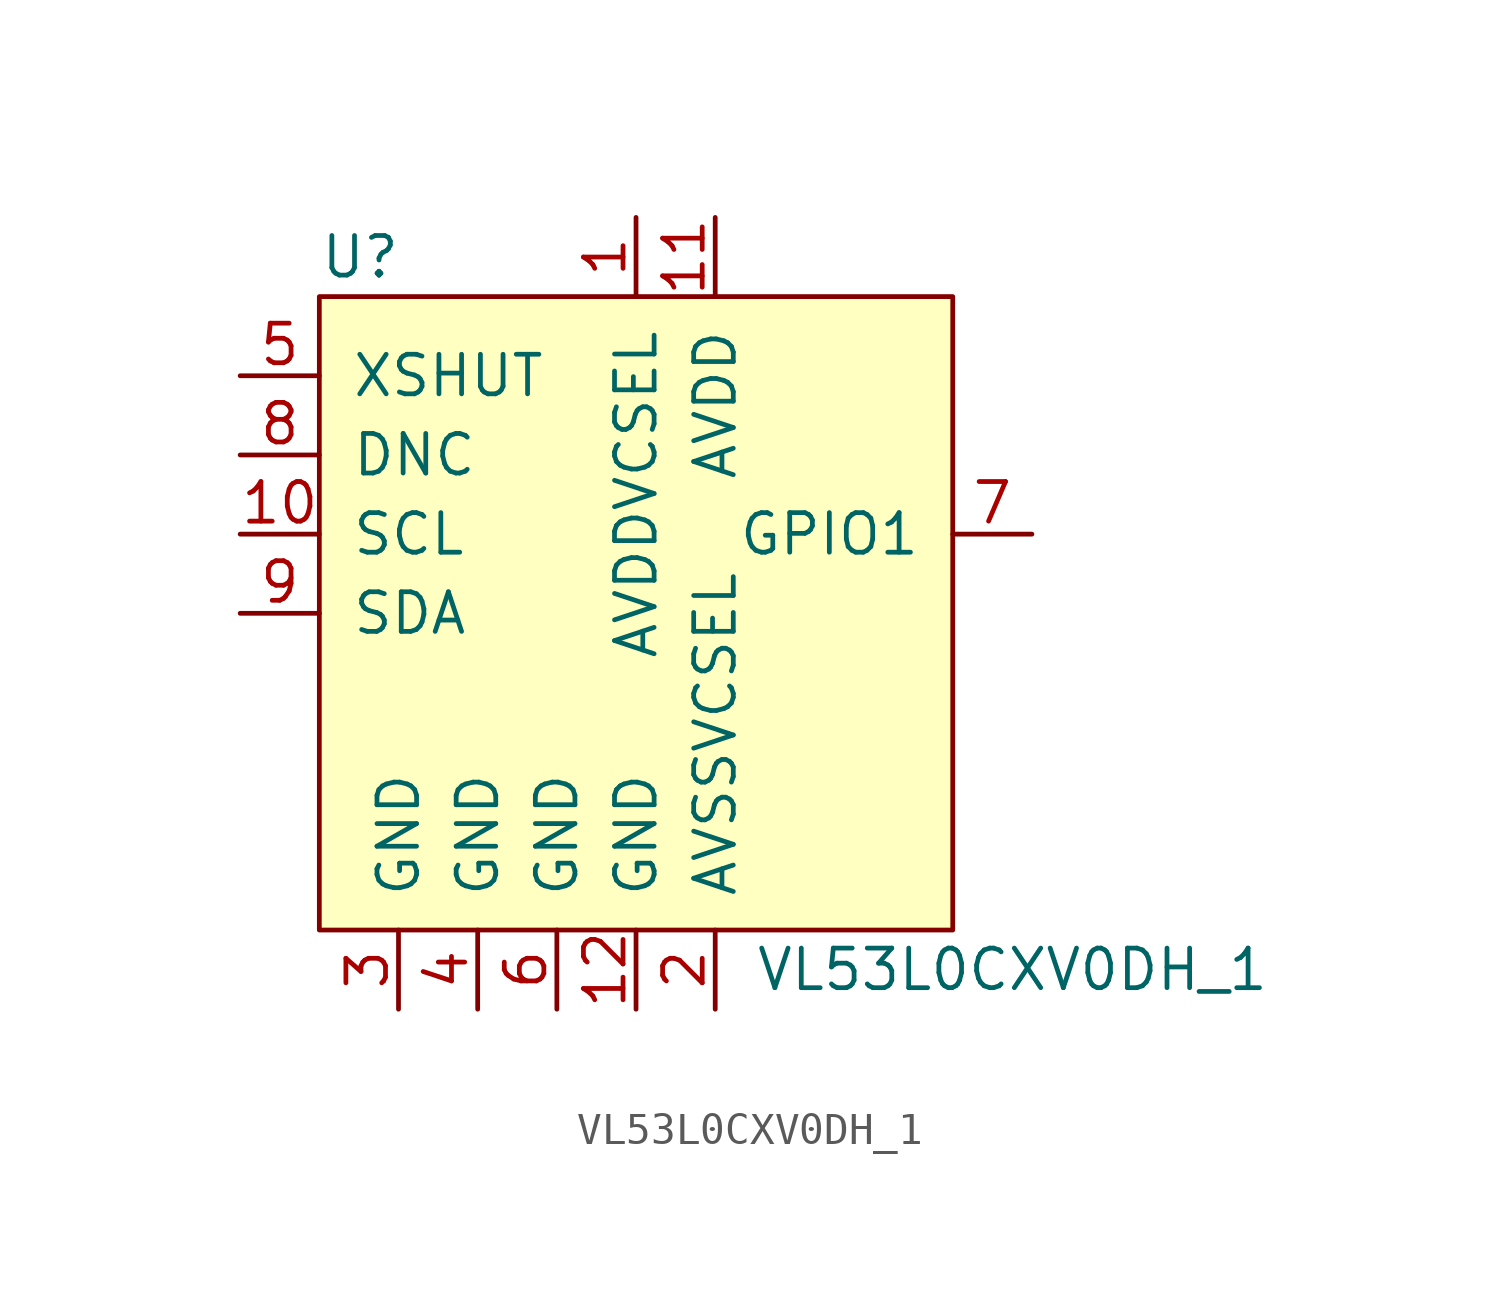
<source format=kicad_sym>
(kicad_symbol_lib
  (version 20231120)
  (generator "kicad_symbol_editor")
  (generator_version "8.0")
  (symbol "VL53L0CXV0DH_1"
    (pin_names
      (offset 1.016))
    (property "Reference" "U"
      (at -10.16 8.89 0)
      (effects (font (size 1.27 1.27)) (justify left)))
    (property "Value" "VL53L0CXV0DH_1"
      (at 3.81 -13.97 0)
      (effects (font (size 1.27 1.27)) (justify left)))
    (symbol "VL53L0CXV0DH_1_0_1"
      (rectangle (start -10.16 7.62) (end 10.16 -12.7) (stroke (width 0) (type solid)) (fill (type background))))
    (symbol "VL53L0CXV0DH_1_1_1"
      (pin power_in line (at 0 10.16 270) (length 2.54) (name "AVDDVCSEL" (effects (font (size 1.27 1.27)))) (number "1" (effects (font (size 1.27 1.27)))))
      (pin input line (at -12.7 0 0) (length 2.54) (name "SCL" (effects (font (size 1.27 1.27)))) (number "10" (effects (font (size 1.27 1.27)))))
      (pin power_in line (at 2.54 10.16 270) (length 2.54) (name "AVDD" (effects (font (size 1.27 1.27)))) (number "11" (effects (font (size 1.27 1.27)))))
      (pin power_in line (at 0 -15.24 90) (length 2.54) (name "GND" (effects (font (size 1.27 1.27)))) (number "12" (effects (font (size 1.27 1.27)))))
      (pin power_in line (at 2.54 -15.24 90) (length 2.54) (name "AVSSVCSEL" (effects (font (size 1.27 1.27)))) (number "2" (effects (font (size 1.27 1.27)))))
      (pin power_in line (at -7.62 -15.24 90) (length 2.54) (name "GND" (effects (font (size 1.27 1.27)))) (number "3" (effects (font (size 1.27 1.27)))))
      (pin power_in line (at -5.08 -15.24 90) (length 2.54) (name "GND" (effects (font (size 1.27 1.27)))) (number "4" (effects (font (size 1.27 1.27)))))
      (pin input line (at -12.7 5.08 0) (length 2.54) (name "XSHUT" (effects (font (size 1.27 1.27)))) (number "5" (effects (font (size 1.27 1.27)))))
      (pin power_in line (at -2.54 -15.24 90) (length 2.54) (name "GND" (effects (font (size 1.27 1.27)))) (number "6" (effects (font (size 1.27 1.27)))))
      (pin output line (at 12.7 0 180) (length 2.54) (name "GPIO1" (effects (font (size 1.27 1.27)))) (number "7" (effects (font (size 1.27 1.27)))))
      (pin input line (at -12.7 2.54 0) (length 2.54) (name "DNC" (effects (font (size 1.27 1.27)))) (number "8" (effects (font (size 1.27 1.27)))))
      (pin bidirectional line (at -12.7 -2.54 0) (length 2.54) (name "SDA" (effects (font (size 1.27 1.27)))) (number "9" (effects (font (size 1.27 1.27))))))))
</source>
